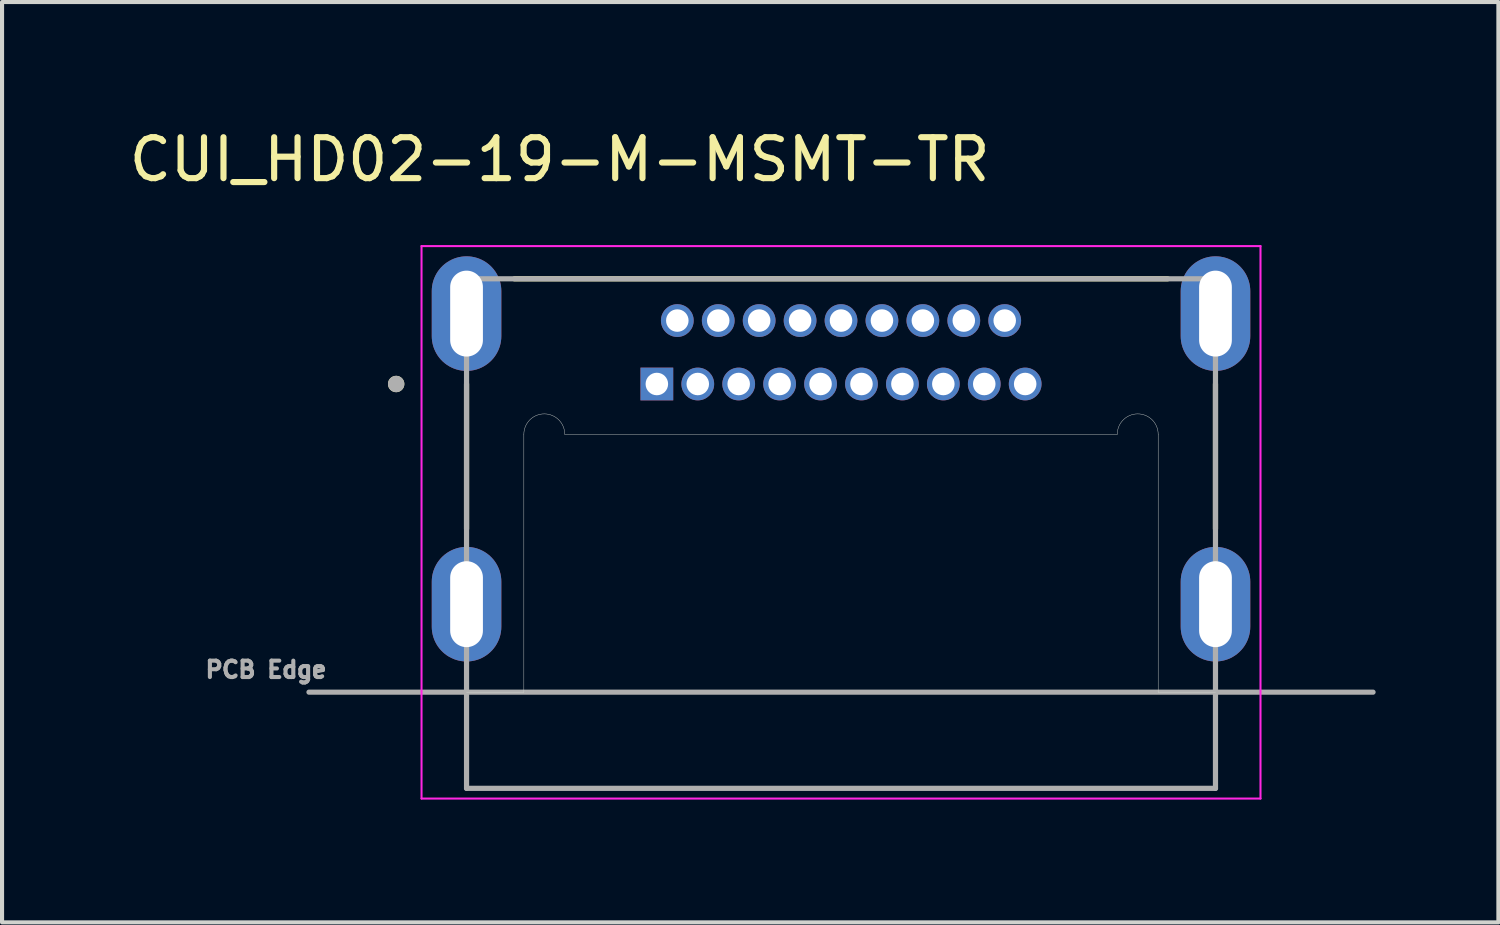
<source format=kicad_pcb>
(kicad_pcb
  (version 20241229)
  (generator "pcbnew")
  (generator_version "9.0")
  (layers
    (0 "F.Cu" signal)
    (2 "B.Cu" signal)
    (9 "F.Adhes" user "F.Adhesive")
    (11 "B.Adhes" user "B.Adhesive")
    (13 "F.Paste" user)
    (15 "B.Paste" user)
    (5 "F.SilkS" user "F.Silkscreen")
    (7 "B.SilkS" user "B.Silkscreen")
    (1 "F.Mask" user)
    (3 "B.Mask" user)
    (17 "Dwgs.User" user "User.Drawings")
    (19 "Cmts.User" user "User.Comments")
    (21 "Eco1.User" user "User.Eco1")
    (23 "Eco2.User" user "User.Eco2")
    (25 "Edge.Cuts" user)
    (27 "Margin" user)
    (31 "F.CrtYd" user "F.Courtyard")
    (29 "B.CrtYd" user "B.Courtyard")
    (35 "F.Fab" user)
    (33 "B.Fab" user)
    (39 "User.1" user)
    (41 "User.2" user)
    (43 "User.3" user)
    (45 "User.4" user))
  (footprint "CUI_HD02-19-M-MSMT-TR"
    (layer "F.Cu")
    (at 13 6.333)
    (property "Reference" "CUI_HD02-19-M-MSMT-TR" (at -2.375 -5.485 0) (layer "F.SilkS") (effects (font (size 1 1) (thickness 0.15))))
    (attr through_hole)
    (fp_line (start -4.65 0) (end -4.65 3.54) (stroke (width 0.127) (type solid)) (layer "F.SilkS"))
    (fp_line (start -3.48 -2.57) (end 12.48 -2.57) (stroke (width 0.127) (type solid)) (layer "F.SilkS"))
    (fp_line (start 13.65 0) (end 13.65 3.54) (stroke (width 0.127) (type solid)) (layer "F.SilkS"))
    (fp_circle (center -6.37 0) (end -6.27 0) (stroke (width 0.2) (type solid)) (fill no) (layer "F.SilkS"))
    (fp_line (start -3.25 7.53) (end -4.65 7.53) (stroke (width 0.01) (type solid)) (layer "Edge.Cuts"))
    (fp_line (start -3.25 7.53) (end -3.25 1.23) (stroke (width 0.01) (type solid)) (layer "Edge.Cuts"))
    (fp_line (start -2.25 1.23) (end 11.25 1.23) (stroke (width 0.01) (type solid)) (layer "Edge.Cuts"))
    (fp_line (start 12.25 1.23) (end 12.25 7.53) (stroke (width 0.01) (type solid)) (layer "Edge.Cuts"))
    (fp_line (start 12.25 7.53) (end 13.65 7.53) (stroke (width 0.01) (type solid)) (layer "Edge.Cuts"))
    (fp_arc (start -3.25 1.23) (mid -2.75 0.73) (end -2.25 1.23) (stroke (width 0.01) (type solid)) (layer "Edge.Cuts"))
    (fp_arc (start 11.25 1.23) (mid 11.75 0.73) (end 12.25 1.23) (stroke (width 0.01) (type solid)) (layer "Edge.Cuts"))
    (fp_line (start -5.75 -3.37) (end -5.75 10.13) (stroke (width 0.05) (type solid)) (layer "F.CrtYd"))
    (fp_line (start -5.75 10.13) (end 14.75 10.13) (stroke (width 0.05) (type solid)) (layer "F.CrtYd"))
    (fp_line (start 14.75 -3.37) (end -5.75 -3.37) (stroke (width 0.05) (type solid)) (layer "F.CrtYd"))
    (fp_line (start 14.75 10.13) (end 14.75 -3.37) (stroke (width 0.05) (type solid)) (layer "F.CrtYd"))
    (fp_line (start -8.5 7.53) (end 17.5 7.53) (stroke (width 0.127) (type solid)) (layer "F.Fab"))
    (fp_line (start -4.65 -2.57) (end -4.65 9.88) (stroke (width 0.127) (type solid)) (layer "F.Fab"))
    (fp_line (start -4.65 9.88) (end 13.65 9.88) (stroke (width 0.127) (type solid)) (layer "F.Fab"))
    (fp_line (start 13.65 -2.57) (end -4.65 -2.57) (stroke (width 0.127) (type solid)) (layer "F.Fab"))
    (fp_line (start 13.65 9.88) (end 13.65 -2.57) (stroke (width 0.127) (type solid)) (layer "F.Fab"))
    (fp_circle (center -6.37 0) (end -6.27 0) (stroke (width 0.2) (type solid)) (fill no) (layer "F.Fab"))
    (fp_text user "PCB Edge" (at -9.55 6.98 0) (layer "F.Fab") (effects (font (size 0.4 0.4) (thickness 0.1))))
    (pad "1" thru_hole rect (at 0 0) (size 0.8 0.8) (drill 0.55) (layers "*.Cu" "*.Mask"))
    (pad "2" thru_hole circle (at 0.5 -1.55) (size 0.8 0.8) (drill 0.55) (layers "*.Cu" "*.Mask"))
    (pad "3" thru_hole circle (at 1 0) (size 0.8 0.8) (drill 0.55) (layers "*.Cu" "*.Mask"))
    (pad "4" thru_hole circle (at 1.5 -1.55) (size 0.8 0.8) (drill 0.55) (layers "*.Cu" "*.Mask"))
    (pad "5" thru_hole circle (at 2 0) (size 0.8 0.8) (drill 0.55) (layers "*.Cu" "*.Mask"))
    (pad "6" thru_hole circle (at 2.5 -1.55) (size 0.8 0.8) (drill 0.55) (layers "*.Cu" "*.Mask"))
    (pad "7" thru_hole circle (at 3 0) (size 0.8 0.8) (drill 0.55) (layers "*.Cu" "*.Mask"))
    (pad "8" thru_hole circle (at 3.5 -1.55) (size 0.8 0.8) (drill 0.55) (layers "*.Cu" "*.Mask"))
    (pad "9" thru_hole circle (at 4 0) (size 0.8 0.8) (drill 0.55) (layers "*.Cu" "*.Mask"))
    (pad "10" thru_hole circle (at 4.5 -1.55) (size 0.8 0.8) (drill 0.55) (layers "*.Cu" "*.Mask"))
    (pad "11" thru_hole circle (at 5 0) (size 0.8 0.8) (drill 0.55) (layers "*.Cu" "*.Mask"))
    (pad "12" thru_hole circle (at 5.5 -1.55) (size 0.8 0.8) (drill 0.55) (layers "*.Cu" "*.Mask"))
    (pad "13" thru_hole circle (at 6 0) (size 0.8 0.8) (drill 0.55) (layers "*.Cu" "*.Mask"))
    (pad "14" thru_hole circle (at 6.5 -1.55) (size 0.8 0.8) (drill 0.55) (layers "*.Cu" "*.Mask"))
    (pad "15" thru_hole circle (at 7 0) (size 0.8 0.8) (drill 0.55) (layers "*.Cu" "*.Mask"))
    (pad "16" thru_hole circle (at 7.5 -1.55) (size 0.8 0.8) (drill 0.55) (layers "*.Cu" "*.Mask"))
    (pad "17" thru_hole circle (at 8 0) (size 0.8 0.8) (drill 0.55) (layers "*.Cu" "*.Mask"))
    (pad "18" thru_hole circle (at 8.5 -1.55) (size 0.8 0.8) (drill 0.55) (layers "*.Cu" "*.Mask"))
    (pad "19" thru_hole circle (at 9 0) (size 0.8 0.8) (drill 0.55) (layers "*.Cu" "*.Mask"))
    (pad "S1" thru_hole oval (at 13.65 -1.72) (size 1.7 2.8) (drill oval 0.8 2.1) (layers "*.Cu" "*.Mask"))
    (pad "S2" thru_hole oval (at -4.65 -1.72) (size 1.7 2.8) (drill oval 0.8 2.1) (layers "*.Cu" "*.Mask"))
    (pad "S3" thru_hole oval (at -4.65 5.38) (size 1.7 2.8) (drill oval 0.8 2.1) (layers "*.Cu" "*.Mask"))
    (pad "S4" thru_hole oval (at 13.65 5.38) (size 1.7 2.8) (drill oval 0.8 2.1) (layers "*.Cu" "*.Mask")))
  (gr_rect
    (start -3 -3)
    (end 33.563 19.488)
    (stroke (width 0.1) (type default))
    (fill no)
    (layer "Edge.Cuts")))
</source>
